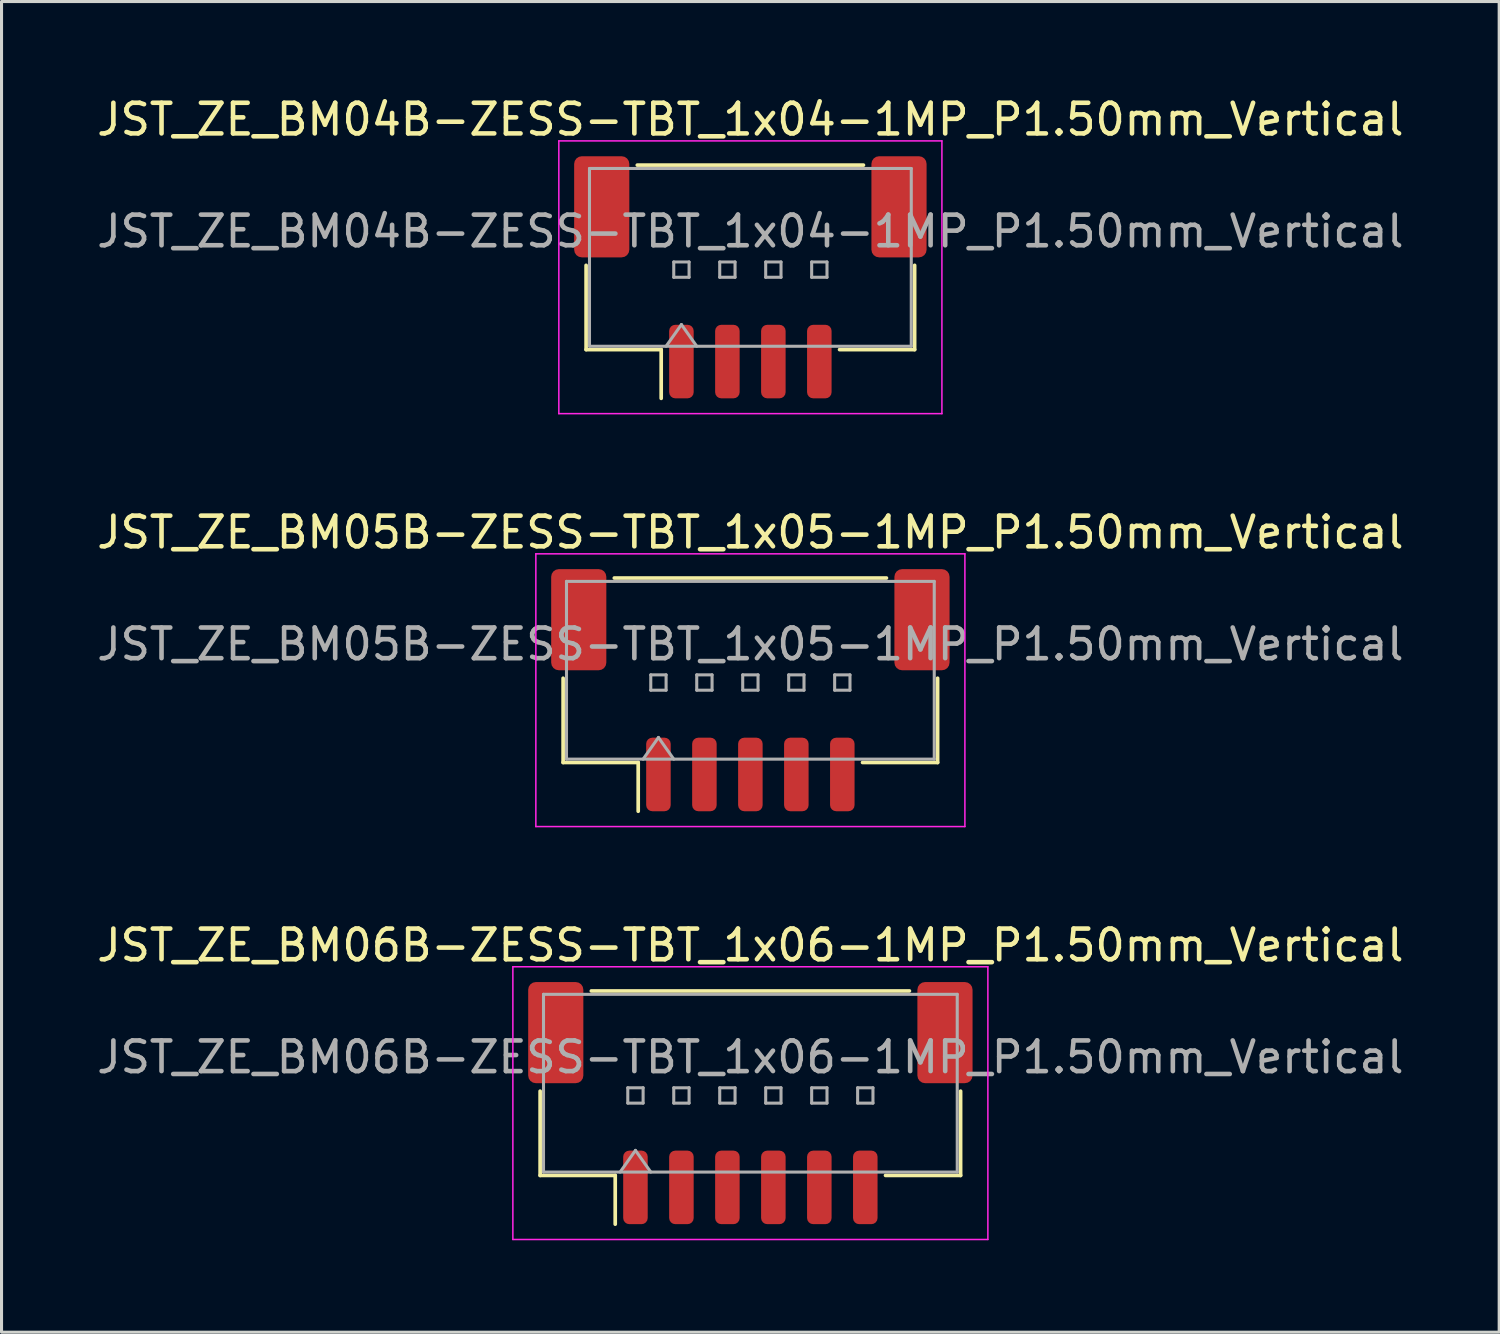
<source format=kicad_pcb>
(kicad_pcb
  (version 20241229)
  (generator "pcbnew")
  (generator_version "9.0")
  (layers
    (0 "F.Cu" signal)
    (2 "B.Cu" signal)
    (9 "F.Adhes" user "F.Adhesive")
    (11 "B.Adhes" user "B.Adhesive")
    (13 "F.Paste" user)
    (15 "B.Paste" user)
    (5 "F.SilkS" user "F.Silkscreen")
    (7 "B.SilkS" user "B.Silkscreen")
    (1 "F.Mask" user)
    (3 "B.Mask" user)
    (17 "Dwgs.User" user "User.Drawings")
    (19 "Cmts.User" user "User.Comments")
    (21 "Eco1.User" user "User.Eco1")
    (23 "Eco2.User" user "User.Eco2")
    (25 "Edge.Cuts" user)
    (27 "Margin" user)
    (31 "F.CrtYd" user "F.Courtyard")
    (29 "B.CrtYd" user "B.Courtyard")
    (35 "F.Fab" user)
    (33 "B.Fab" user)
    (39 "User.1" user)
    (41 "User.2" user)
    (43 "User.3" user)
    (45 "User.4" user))
  (footprint "JST_ZE_BM04B-ZESS-TBT_1x04-1MP_P1.50mm_Vertical"
    (layer "F.Cu")
    (at 21.435 5.998)
    (property "Reference" "JST_ZE_BM04B-ZESS-TBT_1x04-1MP_P1.50mm_Vertical" (at 0 -5.15 0) (layer "F.SilkS") (effects (font (size 1 1) (thickness 0.15))))
    (attr smd)
    (fp_line (start -5.36 -0.39) (end -5.36 2.36) (stroke (width 0.12) (type solid)) (layer "F.SilkS"))
    (fp_line (start -5.36 2.36) (end -2.91 2.36) (stroke (width 0.12) (type solid)) (layer "F.SilkS"))
    (fp_line (start -3.69 -3.66) (end 3.69 -3.66) (stroke (width 0.12) (type solid)) (layer "F.SilkS"))
    (fp_line (start -2.91 2.36) (end -2.91 3.95) (stroke (width 0.12) (type solid)) (layer "F.SilkS"))
    (fp_line (start 5.36 -0.39) (end 5.36 2.36) (stroke (width 0.12) (type solid)) (layer "F.SilkS"))
    (fp_line (start 5.36 2.36) (end 2.91 2.36) (stroke (width 0.12) (type solid)) (layer "F.SilkS"))
    (fp_line (start -6.25 -4.45) (end -6.25 4.45) (stroke (width 0.05) (type solid)) (layer "F.CrtYd"))
    (fp_line (start -6.25 4.45) (end 6.25 4.45) (stroke (width 0.05) (type solid)) (layer "F.CrtYd"))
    (fp_line (start 6.25 -4.45) (end -6.25 -4.45) (stroke (width 0.05) (type solid)) (layer "F.CrtYd"))
    (fp_line (start 6.25 4.45) (end 6.25 -4.45) (stroke (width 0.05) (type solid)) (layer "F.CrtYd"))
    (fp_line (start -5.25 -3.55) (end 5.25 -3.55) (stroke (width 0.1) (type solid)) (layer "F.Fab"))
    (fp_line (start -5.25 2.25) (end -5.25 -3.55) (stroke (width 0.1) (type solid)) (layer "F.Fab"))
    (fp_line (start -5.25 2.25) (end 5.25 2.25) (stroke (width 0.1) (type solid)) (layer "F.Fab"))
    (fp_line (start -2.75 2.25) (end -2.25 1.543) (stroke (width 0.1) (type solid)) (layer "F.Fab"))
    (fp_line (start -2.5 -0.5) (end -2.5 0) (stroke (width 0.1) (type solid)) (layer "F.Fab"))
    (fp_line (start -2.5 0) (end -2 0) (stroke (width 0.1) (type solid)) (layer "F.Fab"))
    (fp_line (start -2.25 1.543) (end -1.75 2.25) (stroke (width 0.1) (type solid)) (layer "F.Fab"))
    (fp_line (start -2 -0.5) (end -2.5 -0.5) (stroke (width 0.1) (type solid)) (layer "F.Fab"))
    (fp_line (start -2 0) (end -2 -0.5) (stroke (width 0.1) (type solid)) (layer "F.Fab"))
    (fp_line (start -1 -0.5) (end -1 0) (stroke (width 0.1) (type solid)) (layer "F.Fab"))
    (fp_line (start -1 0) (end -0.5 0) (stroke (width 0.1) (type solid)) (layer "F.Fab"))
    (fp_line (start -0.5 -0.5) (end -1 -0.5) (stroke (width 0.1) (type solid)) (layer "F.Fab"))
    (fp_line (start -0.5 0) (end -0.5 -0.5) (stroke (width 0.1) (type solid)) (layer "F.Fab"))
    (fp_line (start 0.5 -0.5) (end 0.5 0) (stroke (width 0.1) (type solid)) (layer "F.Fab"))
    (fp_line (start 0.5 0) (end 1 0) (stroke (width 0.1) (type solid)) (layer "F.Fab"))
    (fp_line (start 1 -0.5) (end 0.5 -0.5) (stroke (width 0.1) (type solid)) (layer "F.Fab"))
    (fp_line (start 1 0) (end 1 -0.5) (stroke (width 0.1) (type solid)) (layer "F.Fab"))
    (fp_line (start 2 -0.5) (end 2 0) (stroke (width 0.1) (type solid)) (layer "F.Fab"))
    (fp_line (start 2 0) (end 2.5 0) (stroke (width 0.1) (type solid)) (layer "F.Fab"))
    (fp_line (start 2.5 -0.5) (end 2 -0.5) (stroke (width 0.1) (type solid)) (layer "F.Fab"))
    (fp_line (start 2.5 0) (end 2.5 -0.5) (stroke (width 0.1) (type solid)) (layer "F.Fab"))
    (fp_line (start 5.25 2.25) (end 5.25 -3.55) (stroke (width 0.1) (type solid)) (layer "F.Fab"))
    (fp_text user "${REFERENCE}" (at 0 -1.5 0) (layer "F.Fab") (effects (font (size 1 1) (thickness 0.15))))
    (pad "1" smd roundrect (at -2.25 2.75) (size 0.8 2.4) (layers "F.Cu" "F.Mask" "F.Paste") (roundrect_rratio 0.25))
    (pad "2" smd roundrect (at -0.75 2.75) (size 0.8 2.4) (layers "F.Cu" "F.Mask" "F.Paste") (roundrect_rratio 0.25))
    (pad "3" smd roundrect (at 0.75 2.75) (size 0.8 2.4) (layers "F.Cu" "F.Mask" "F.Paste") (roundrect_rratio 0.25))
    (pad "4" smd roundrect (at 2.25 2.75) (size 0.8 2.4) (layers "F.Cu" "F.Mask" "F.Paste") (roundrect_rratio 0.25))
    (pad "MP" smd roundrect (at -4.85 -2.3) (size 1.8 3.3) (layers "F.Cu" "F.Mask" "F.Paste") (roundrect_rratio 0.139))
    (pad "MP" smd roundrect (at 4.85 -2.3) (size 1.8 3.3) (layers "F.Cu" "F.Mask" "F.Paste") (roundrect_rratio 0.139)))
  (footprint "JST_ZE_BM06B-ZESS-TBT_1x06-1MP_P1.50mm_Vertical"
    (layer "F.Cu")
    (at 21.435 32.945)
    (property "Reference" "JST_ZE_BM06B-ZESS-TBT_1x06-1MP_P1.50mm_Vertical" (at 0 -5.15 0) (layer "F.SilkS") (effects (font (size 1 1) (thickness 0.15))))
    (attr smd)
    (fp_line (start -6.86 -0.39) (end -6.86 2.36) (stroke (width 0.12) (type solid)) (layer "F.SilkS"))
    (fp_line (start -6.86 2.36) (end -4.41 2.36) (stroke (width 0.12) (type solid)) (layer "F.SilkS"))
    (fp_line (start -5.19 -3.66) (end 5.19 -3.66) (stroke (width 0.12) (type solid)) (layer "F.SilkS"))
    (fp_line (start -4.41 2.36) (end -4.41 3.95) (stroke (width 0.12) (type solid)) (layer "F.SilkS"))
    (fp_line (start 6.86 -0.39) (end 6.86 2.36) (stroke (width 0.12) (type solid)) (layer "F.SilkS"))
    (fp_line (start 6.86 2.36) (end 4.41 2.36) (stroke (width 0.12) (type solid)) (layer "F.SilkS"))
    (fp_line (start -7.75 -4.45) (end -7.75 4.45) (stroke (width 0.05) (type solid)) (layer "F.CrtYd"))
    (fp_line (start -7.75 4.45) (end 7.75 4.45) (stroke (width 0.05) (type solid)) (layer "F.CrtYd"))
    (fp_line (start 7.75 -4.45) (end -7.75 -4.45) (stroke (width 0.05) (type solid)) (layer "F.CrtYd"))
    (fp_line (start 7.75 4.45) (end 7.75 -4.45) (stroke (width 0.05) (type solid)) (layer "F.CrtYd"))
    (fp_line (start -6.75 -3.55) (end 6.75 -3.55) (stroke (width 0.1) (type solid)) (layer "F.Fab"))
    (fp_line (start -6.75 2.25) (end -6.75 -3.55) (stroke (width 0.1) (type solid)) (layer "F.Fab"))
    (fp_line (start -6.75 2.25) (end 6.75 2.25) (stroke (width 0.1) (type solid)) (layer "F.Fab"))
    (fp_line (start -4.25 2.25) (end -3.75 1.543) (stroke (width 0.1) (type solid)) (layer "F.Fab"))
    (fp_line (start -4 -0.5) (end -4 0) (stroke (width 0.1) (type solid)) (layer "F.Fab"))
    (fp_line (start -4 0) (end -3.5 0) (stroke (width 0.1) (type solid)) (layer "F.Fab"))
    (fp_line (start -3.75 1.543) (end -3.25 2.25) (stroke (width 0.1) (type solid)) (layer "F.Fab"))
    (fp_line (start -3.5 -0.5) (end -4 -0.5) (stroke (width 0.1) (type solid)) (layer "F.Fab"))
    (fp_line (start -3.5 0) (end -3.5 -0.5) (stroke (width 0.1) (type solid)) (layer "F.Fab"))
    (fp_line (start -2.5 -0.5) (end -2.5 0) (stroke (width 0.1) (type solid)) (layer "F.Fab"))
    (fp_line (start -2.5 0) (end -2 0) (stroke (width 0.1) (type solid)) (layer "F.Fab"))
    (fp_line (start -2 -0.5) (end -2.5 -0.5) (stroke (width 0.1) (type solid)) (layer "F.Fab"))
    (fp_line (start -2 0) (end -2 -0.5) (stroke (width 0.1) (type solid)) (layer "F.Fab"))
    (fp_line (start -1 -0.5) (end -1 0) (stroke (width 0.1) (type solid)) (layer "F.Fab"))
    (fp_line (start -1 0) (end -0.5 0) (stroke (width 0.1) (type solid)) (layer "F.Fab"))
    (fp_line (start -0.5 -0.5) (end -1 -0.5) (stroke (width 0.1) (type solid)) (layer "F.Fab"))
    (fp_line (start -0.5 0) (end -0.5 -0.5) (stroke (width 0.1) (type solid)) (layer "F.Fab"))
    (fp_line (start 0.5 -0.5) (end 0.5 0) (stroke (width 0.1) (type solid)) (layer "F.Fab"))
    (fp_line (start 0.5 0) (end 1 0) (stroke (width 0.1) (type solid)) (layer "F.Fab"))
    (fp_line (start 1 -0.5) (end 0.5 -0.5) (stroke (width 0.1) (type solid)) (layer "F.Fab"))
    (fp_line (start 1 0) (end 1 -0.5) (stroke (width 0.1) (type solid)) (layer "F.Fab"))
    (fp_line (start 2 -0.5) (end 2 0) (stroke (width 0.1) (type solid)) (layer "F.Fab"))
    (fp_line (start 2 0) (end 2.5 0) (stroke (width 0.1) (type solid)) (layer "F.Fab"))
    (fp_line (start 2.5 -0.5) (end 2 -0.5) (stroke (width 0.1) (type solid)) (layer "F.Fab"))
    (fp_line (start 2.5 0) (end 2.5 -0.5) (stroke (width 0.1) (type solid)) (layer "F.Fab"))
    (fp_line (start 3.5 -0.5) (end 3.5 0) (stroke (width 0.1) (type solid)) (layer "F.Fab"))
    (fp_line (start 3.5 0) (end 4 0) (stroke (width 0.1) (type solid)) (layer "F.Fab"))
    (fp_line (start 4 -0.5) (end 3.5 -0.5) (stroke (width 0.1) (type solid)) (layer "F.Fab"))
    (fp_line (start 4 0) (end 4 -0.5) (stroke (width 0.1) (type solid)) (layer "F.Fab"))
    (fp_line (start 6.75 2.25) (end 6.75 -3.55) (stroke (width 0.1) (type solid)) (layer "F.Fab"))
    (fp_text user "${REFERENCE}" (at 0 -1.5 0) (layer "F.Fab") (effects (font (size 1 1) (thickness 0.15))))
    (pad "1" smd roundrect (at -3.75 2.75) (size 0.8 2.4) (layers "F.Cu" "F.Mask" "F.Paste") (roundrect_rratio 0.25))
    (pad "2" smd roundrect (at -2.25 2.75) (size 0.8 2.4) (layers "F.Cu" "F.Mask" "F.Paste") (roundrect_rratio 0.25))
    (pad "3" smd roundrect (at -0.75 2.75) (size 0.8 2.4) (layers "F.Cu" "F.Mask" "F.Paste") (roundrect_rratio 0.25))
    (pad "4" smd roundrect (at 0.75 2.75) (size 0.8 2.4) (layers "F.Cu" "F.Mask" "F.Paste") (roundrect_rratio 0.25))
    (pad "5" smd roundrect (at 2.25 2.75) (size 0.8 2.4) (layers "F.Cu" "F.Mask" "F.Paste") (roundrect_rratio 0.25))
    (pad "6" smd roundrect (at 3.75 2.75) (size 0.8 2.4) (layers "F.Cu" "F.Mask" "F.Paste") (roundrect_rratio 0.25))
    (pad "MP" smd roundrect (at -6.35 -2.3) (size 1.8 3.3) (layers "F.Cu" "F.Mask" "F.Paste") (roundrect_rratio 0.139))
    (pad "MP" smd roundrect (at 6.35 -2.3) (size 1.8 3.3) (layers "F.Cu" "F.Mask" "F.Paste") (roundrect_rratio 0.139)))
  (footprint "JST_ZE_BM05B-ZESS-TBT_1x05-1MP_P1.50mm_Vertical"
    (layer "F.Cu")
    (at 21.435 19.471)
    (property "Reference" "JST_ZE_BM05B-ZESS-TBT_1x05-1MP_P1.50mm_Vertical" (at 0 -5.15 0) (layer "F.SilkS") (effects (font (size 1 1) (thickness 0.15))))
    (attr smd)
    (fp_line (start -6.11 -0.39) (end -6.11 2.36) (stroke (width 0.12) (type solid)) (layer "F.SilkS"))
    (fp_line (start -6.11 2.36) (end -3.66 2.36) (stroke (width 0.12) (type solid)) (layer "F.SilkS"))
    (fp_line (start -4.44 -3.66) (end 4.44 -3.66) (stroke (width 0.12) (type solid)) (layer "F.SilkS"))
    (fp_line (start -3.66 2.36) (end -3.66 3.95) (stroke (width 0.12) (type solid)) (layer "F.SilkS"))
    (fp_line (start 6.11 -0.39) (end 6.11 2.36) (stroke (width 0.12) (type solid)) (layer "F.SilkS"))
    (fp_line (start 6.11 2.36) (end 3.66 2.36) (stroke (width 0.12) (type solid)) (layer "F.SilkS"))
    (fp_line (start -7 -4.45) (end -7 4.45) (stroke (width 0.05) (type solid)) (layer "F.CrtYd"))
    (fp_line (start -7 4.45) (end 7 4.45) (stroke (width 0.05) (type solid)) (layer "F.CrtYd"))
    (fp_line (start 7 -4.45) (end -7 -4.45) (stroke (width 0.05) (type solid)) (layer "F.CrtYd"))
    (fp_line (start 7 4.45) (end 7 -4.45) (stroke (width 0.05) (type solid)) (layer "F.CrtYd"))
    (fp_line (start -6 -3.55) (end 6 -3.55) (stroke (width 0.1) (type solid)) (layer "F.Fab"))
    (fp_line (start -6 2.25) (end -6 -3.55) (stroke (width 0.1) (type solid)) (layer "F.Fab"))
    (fp_line (start -6 2.25) (end 6 2.25) (stroke (width 0.1) (type solid)) (layer "F.Fab"))
    (fp_line (start -3.5 2.25) (end -3 1.543) (stroke (width 0.1) (type solid)) (layer "F.Fab"))
    (fp_line (start -3.25 -0.5) (end -3.25 0) (stroke (width 0.1) (type solid)) (layer "F.Fab"))
    (fp_line (start -3.25 0) (end -2.75 0) (stroke (width 0.1) (type solid)) (layer "F.Fab"))
    (fp_line (start -3 1.543) (end -2.5 2.25) (stroke (width 0.1) (type solid)) (layer "F.Fab"))
    (fp_line (start -2.75 -0.5) (end -3.25 -0.5) (stroke (width 0.1) (type solid)) (layer "F.Fab"))
    (fp_line (start -2.75 0) (end -2.75 -0.5) (stroke (width 0.1) (type solid)) (layer "F.Fab"))
    (fp_line (start -1.75 -0.5) (end -1.75 0) (stroke (width 0.1) (type solid)) (layer "F.Fab"))
    (fp_line (start -1.75 0) (end -1.25 0) (stroke (width 0.1) (type solid)) (layer "F.Fab"))
    (fp_line (start -1.25 -0.5) (end -1.75 -0.5) (stroke (width 0.1) (type solid)) (layer "F.Fab"))
    (fp_line (start -1.25 0) (end -1.25 -0.5) (stroke (width 0.1) (type solid)) (layer "F.Fab"))
    (fp_line (start -0.25 -0.5) (end -0.25 0) (stroke (width 0.1) (type solid)) (layer "F.Fab"))
    (fp_line (start -0.25 0) (end 0.25 0) (stroke (width 0.1) (type solid)) (layer "F.Fab"))
    (fp_line (start 0.25 -0.5) (end -0.25 -0.5) (stroke (width 0.1) (type solid)) (layer "F.Fab"))
    (fp_line (start 0.25 0) (end 0.25 -0.5) (stroke (width 0.1) (type solid)) (layer "F.Fab"))
    (fp_line (start 1.25 -0.5) (end 1.25 0) (stroke (width 0.1) (type solid)) (layer "F.Fab"))
    (fp_line (start 1.25 0) (end 1.75 0) (stroke (width 0.1) (type solid)) (layer "F.Fab"))
    (fp_line (start 1.75 -0.5) (end 1.25 -0.5) (stroke (width 0.1) (type solid)) (layer "F.Fab"))
    (fp_line (start 1.75 0) (end 1.75 -0.5) (stroke (width 0.1) (type solid)) (layer "F.Fab"))
    (fp_line (start 2.75 -0.5) (end 2.75 0) (stroke (width 0.1) (type solid)) (layer "F.Fab"))
    (fp_line (start 2.75 0) (end 3.25 0) (stroke (width 0.1) (type solid)) (layer "F.Fab"))
    (fp_line (start 3.25 -0.5) (end 2.75 -0.5) (stroke (width 0.1) (type solid)) (layer "F.Fab"))
    (fp_line (start 3.25 0) (end 3.25 -0.5) (stroke (width 0.1) (type solid)) (layer "F.Fab"))
    (fp_line (start 6 2.25) (end 6 -3.55) (stroke (width 0.1) (type solid)) (layer "F.Fab"))
    (fp_text user "${REFERENCE}" (at 0 -1.5 0) (layer "F.Fab") (effects (font (size 1 1) (thickness 0.15))))
    (pad "1" smd roundrect (at -3 2.75) (size 0.8 2.4) (layers "F.Cu" "F.Mask" "F.Paste") (roundrect_rratio 0.25))
    (pad "2" smd roundrect (at -1.5 2.75) (size 0.8 2.4) (layers "F.Cu" "F.Mask" "F.Paste") (roundrect_rratio 0.25))
    (pad "3" smd roundrect (at 0 2.75) (size 0.8 2.4) (layers "F.Cu" "F.Mask" "F.Paste") (roundrect_rratio 0.25))
    (pad "4" smd roundrect (at 1.5 2.75) (size 0.8 2.4) (layers "F.Cu" "F.Mask" "F.Paste") (roundrect_rratio 0.25))
    (pad "5" smd roundrect (at 3 2.75) (size 0.8 2.4) (layers "F.Cu" "F.Mask" "F.Paste") (roundrect_rratio 0.25))
    (pad "MP" smd roundrect (at -5.6 -2.3) (size 1.8 3.3) (layers "F.Cu" "F.Mask" "F.Paste") (roundrect_rratio 0.139))
    (pad "MP" smd roundrect (at 5.6 -2.3) (size 1.8 3.3) (layers "F.Cu" "F.Mask" "F.Paste") (roundrect_rratio 0.139)))
  (gr_rect
    (start -3 -3)
    (end 45.869 40.42)
    (stroke (width 0.1) (type default))
    (fill no)
    (layer "Edge.Cuts")))
</source>
